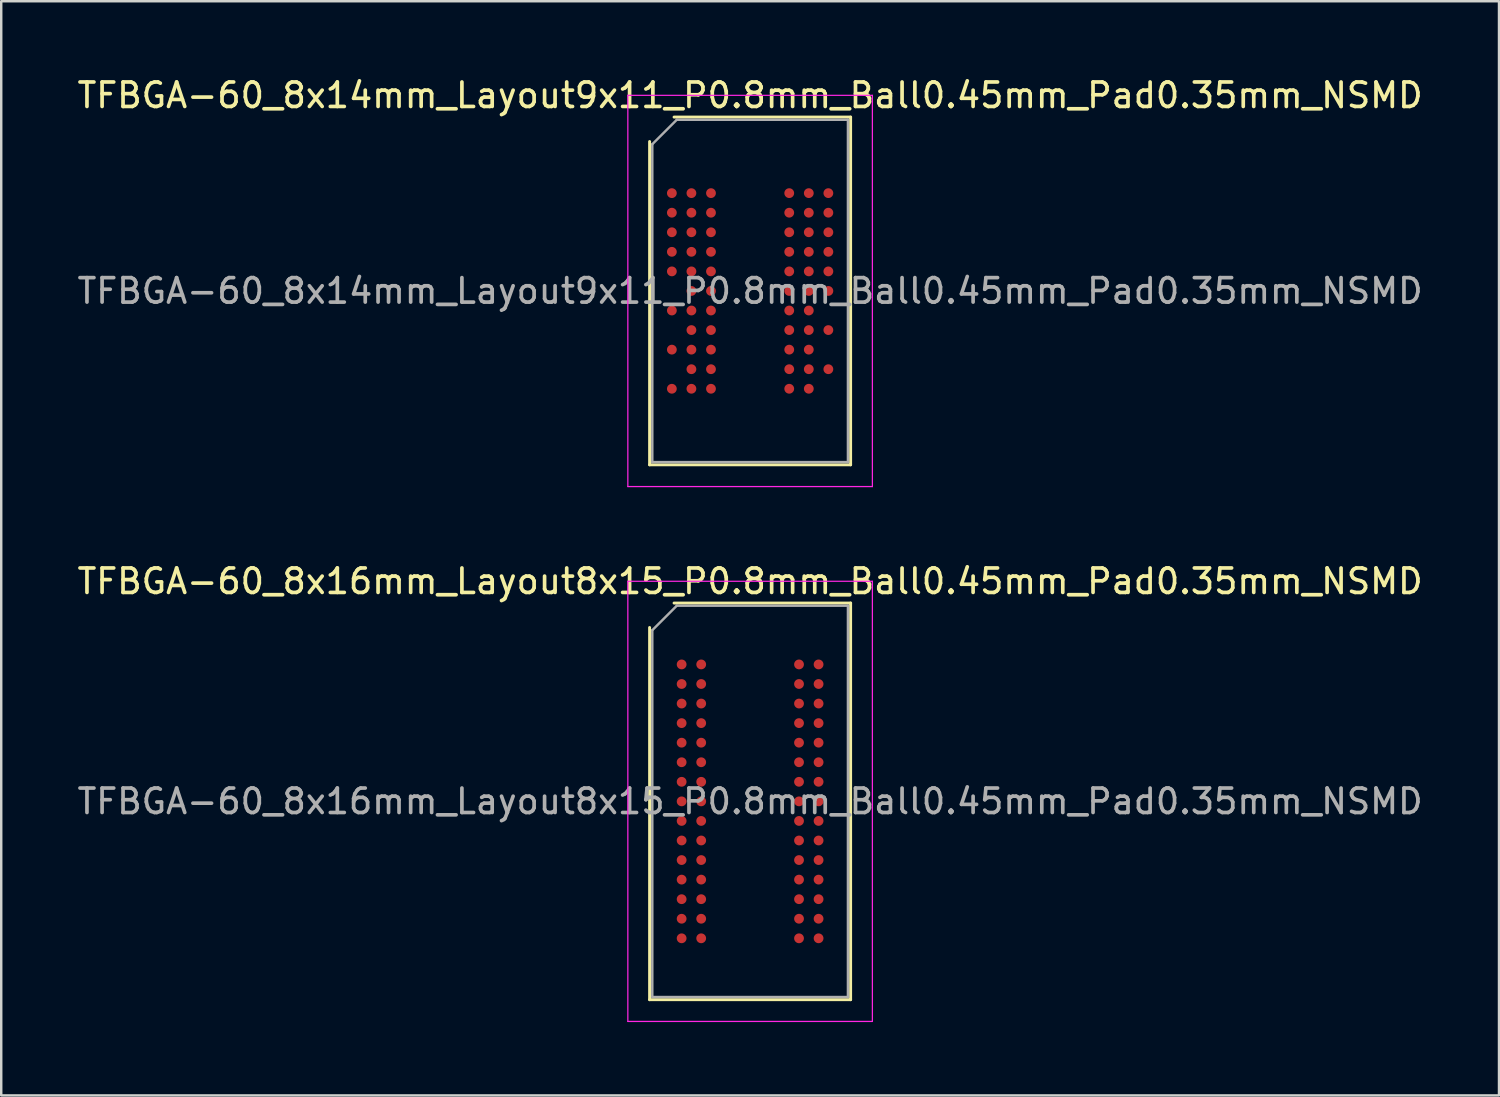
<source format=kicad_pcb>
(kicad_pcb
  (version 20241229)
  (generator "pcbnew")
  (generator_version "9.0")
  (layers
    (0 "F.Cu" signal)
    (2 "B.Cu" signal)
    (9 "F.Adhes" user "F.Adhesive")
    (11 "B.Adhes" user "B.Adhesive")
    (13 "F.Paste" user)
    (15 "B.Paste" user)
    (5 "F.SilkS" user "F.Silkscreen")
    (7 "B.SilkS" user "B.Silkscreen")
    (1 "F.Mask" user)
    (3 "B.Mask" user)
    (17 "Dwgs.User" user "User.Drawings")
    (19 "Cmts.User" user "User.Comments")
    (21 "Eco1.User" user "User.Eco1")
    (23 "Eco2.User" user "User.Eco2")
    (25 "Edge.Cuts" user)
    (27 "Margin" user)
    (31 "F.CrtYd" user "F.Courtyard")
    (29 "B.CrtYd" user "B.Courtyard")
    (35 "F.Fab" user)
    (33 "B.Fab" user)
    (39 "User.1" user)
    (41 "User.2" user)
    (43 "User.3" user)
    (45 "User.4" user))
  (footprint "TFBGA-60_8x14mm_Layout9x11_P0.8mm_Ball0.45mm_Pad0.35mm_NSMD"
    (layer "F.Cu")
    (at 27.625 8.848)
    (property "Reference" "TFBGA-60_8x14mm_Layout9x11_P0.8mm_Ball0.45mm_Pad0.35mm_NSMD" (at 0 -8 0) (layer "F.SilkS") (effects (font (size 1 1) (thickness 0.15))))
    (attr smd)
    (fp_line (start -4.11 7.11) (end -4.11 -6.11) (stroke (width 0.12) (type solid)) (layer "F.SilkS"))
    (fp_line (start -3.11 -7.11) (end 4.11 -7.11) (stroke (width 0.12) (type solid)) (layer "F.SilkS"))
    (fp_line (start 4.11 -7.11) (end 4.11 7.11) (stroke (width 0.12) (type solid)) (layer "F.SilkS"))
    (fp_line (start 4.11 7.11) (end -4.11 7.11) (stroke (width 0.12) (type solid)) (layer "F.SilkS"))
    (fp_line (start -5 -8) (end -5 8) (stroke (width 0.05) (type solid)) (layer "F.CrtYd"))
    (fp_line (start -5 8) (end 5 8) (stroke (width 0.05) (type solid)) (layer "F.CrtYd"))
    (fp_line (start 5 -8) (end -5 -8) (stroke (width 0.05) (type solid)) (layer "F.CrtYd"))
    (fp_line (start 5 8) (end 5 -8) (stroke (width 0.05) (type solid)) (layer "F.CrtYd"))
    (fp_line (start -4 -6) (end -3 -7) (stroke (width 0.1) (type solid)) (layer "F.Fab"))
    (fp_line (start -4 7) (end -4 -6) (stroke (width 0.1) (type solid)) (layer "F.Fab"))
    (fp_line (start -3 -7) (end 4 -7) (stroke (width 0.1) (type solid)) (layer "F.Fab"))
    (fp_line (start 4 -7) (end 4 7) (stroke (width 0.1) (type solid)) (layer "F.Fab"))
    (fp_line (start 4 7) (end -4 7) (stroke (width 0.1) (type solid)) (layer "F.Fab"))
    (fp_text user "${REFERENCE}" (at 0 0 0) (layer "F.Fab") (effects (font (size 1 1) (thickness 0.15))))
    (pad "A1" smd circle (at -3.2 -4) (size 0.4 0.4) (layers "F.Cu" "F.Mask" "F.Paste"))
    (pad "A2" smd circle (at -2.4 -4) (size 0.4 0.4) (layers "F.Cu" "F.Mask" "F.Paste"))
    (pad "A3" smd circle (at -1.6 -4) (size 0.4 0.4) (layers "F.Cu" "F.Mask" "F.Paste"))
    (pad "A7" smd circle (at 1.6 -4) (size 0.4 0.4) (layers "F.Cu" "F.Mask" "F.Paste"))
    (pad "A8" smd circle (at 2.4 -4) (size 0.4 0.4) (layers "F.Cu" "F.Mask" "F.Paste"))
    (pad "A9" smd circle (at 3.2 -4) (size 0.4 0.4) (layers "F.Cu" "F.Mask" "F.Paste"))
    (pad "B1" smd circle (at -3.2 -3.2) (size 0.4 0.4) (layers "F.Cu" "F.Mask" "F.Paste"))
    (pad "B2" smd circle (at -2.4 -3.2) (size 0.4 0.4) (layers "F.Cu" "F.Mask" "F.Paste"))
    (pad "B3" smd circle (at -1.6 -3.2) (size 0.4 0.4) (layers "F.Cu" "F.Mask" "F.Paste"))
    (pad "B7" smd circle (at 1.6 -3.2) (size 0.4 0.4) (layers "F.Cu" "F.Mask" "F.Paste"))
    (pad "B8" smd circle (at 2.4 -3.2) (size 0.4 0.4) (layers "F.Cu" "F.Mask" "F.Paste"))
    (pad "B9" smd circle (at 3.2 -3.2) (size 0.4 0.4) (layers "F.Cu" "F.Mask" "F.Paste"))
    (pad "C1" smd circle (at -3.2 -2.4) (size 0.4 0.4) (layers "F.Cu" "F.Mask" "F.Paste"))
    (pad "C2" smd circle (at -2.4 -2.4) (size 0.4 0.4) (layers "F.Cu" "F.Mask" "F.Paste"))
    (pad "C3" smd circle (at -1.6 -2.4) (size 0.4 0.4) (layers "F.Cu" "F.Mask" "F.Paste"))
    (pad "C7" smd circle (at 1.6 -2.4) (size 0.4 0.4) (layers "F.Cu" "F.Mask" "F.Paste"))
    (pad "C8" smd circle (at 2.4 -2.4) (size 0.4 0.4) (layers "F.Cu" "F.Mask" "F.Paste"))
    (pad "C9" smd circle (at 3.2 -2.4) (size 0.4 0.4) (layers "F.Cu" "F.Mask" "F.Paste"))
    (pad "D1" smd circle (at -3.2 -1.6) (size 0.4 0.4) (layers "F.Cu" "F.Mask" "F.Paste"))
    (pad "D2" smd circle (at -2.4 -1.6) (size 0.4 0.4) (layers "F.Cu" "F.Mask" "F.Paste"))
    (pad "D3" smd circle (at -1.6 -1.6) (size 0.4 0.4) (layers "F.Cu" "F.Mask" "F.Paste"))
    (pad "D7" smd circle (at 1.6 -1.6) (size 0.4 0.4) (layers "F.Cu" "F.Mask" "F.Paste"))
    (pad "D8" smd circle (at 2.4 -1.6) (size 0.4 0.4) (layers "F.Cu" "F.Mask" "F.Paste"))
    (pad "D9" smd circle (at 3.2 -1.6) (size 0.4 0.4) (layers "F.Cu" "F.Mask" "F.Paste"))
    (pad "E1" smd circle (at -3.2 -0.8) (size 0.4 0.4) (layers "F.Cu" "F.Mask" "F.Paste"))
    (pad "E2" smd circle (at -2.4 -0.8) (size 0.4 0.4) (layers "F.Cu" "F.Mask" "F.Paste"))
    (pad "E3" smd circle (at -1.6 -0.8) (size 0.4 0.4) (layers "F.Cu" "F.Mask" "F.Paste"))
    (pad "E7" smd circle (at 1.6 -0.8) (size 0.4 0.4) (layers "F.Cu" "F.Mask" "F.Paste"))
    (pad "E8" smd circle (at 2.4 -0.8) (size 0.4 0.4) (layers "F.Cu" "F.Mask" "F.Paste"))
    (pad "E9" smd circle (at 3.2 -0.8) (size 0.4 0.4) (layers "F.Cu" "F.Mask" "F.Paste"))
    (pad "F2" smd circle (at -2.4 0) (size 0.4 0.4) (layers "F.Cu" "F.Mask" "F.Paste"))
    (pad "F3" smd circle (at -1.6 0) (size 0.4 0.4) (layers "F.Cu" "F.Mask" "F.Paste"))
    (pad "F7" smd circle (at 1.6 0) (size 0.4 0.4) (layers "F.Cu" "F.Mask" "F.Paste"))
    (pad "F8" smd circle (at 2.4 0) (size 0.4 0.4) (layers "F.Cu" "F.Mask" "F.Paste"))
    (pad "F9" smd circle (at 3.2 0) (size 0.4 0.4) (layers "F.Cu" "F.Mask" "F.Paste"))
    (pad "G1" smd circle (at -3.2 0.8) (size 0.4 0.4) (layers "F.Cu" "F.Mask" "F.Paste"))
    (pad "G2" smd circle (at -2.4 0.8) (size 0.4 0.4) (layers "F.Cu" "F.Mask" "F.Paste"))
    (pad "G3" smd circle (at -1.6 0.8) (size 0.4 0.4) (layers "F.Cu" "F.Mask" "F.Paste"))
    (pad "G7" smd circle (at 1.6 0.8) (size 0.4 0.4) (layers "F.Cu" "F.Mask" "F.Paste"))
    (pad "G8" smd circle (at 2.4 0.8) (size 0.4 0.4) (layers "F.Cu" "F.Mask" "F.Paste"))
    (pad "H2" smd circle (at -2.4 1.6) (size 0.4 0.4) (layers "F.Cu" "F.Mask" "F.Paste"))
    (pad "H3" smd circle (at -1.6 1.6) (size 0.4 0.4) (layers "F.Cu" "F.Mask" "F.Paste"))
    (pad "H7" smd circle (at 1.6 1.6) (size 0.4 0.4) (layers "F.Cu" "F.Mask" "F.Paste"))
    (pad "H8" smd circle (at 2.4 1.6) (size 0.4 0.4) (layers "F.Cu" "F.Mask" "F.Paste"))
    (pad "H9" smd circle (at 3.2 1.6) (size 0.4 0.4) (layers "F.Cu" "F.Mask" "F.Paste"))
    (pad "J1" smd circle (at -3.2 2.4) (size 0.4 0.4) (layers "F.Cu" "F.Mask" "F.Paste"))
    (pad "J2" smd circle (at -2.4 2.4) (size 0.4 0.4) (layers "F.Cu" "F.Mask" "F.Paste"))
    (pad "J3" smd circle (at -1.6 2.4) (size 0.4 0.4) (layers "F.Cu" "F.Mask" "F.Paste"))
    (pad "J7" smd circle (at 1.6 2.4) (size 0.4 0.4) (layers "F.Cu" "F.Mask" "F.Paste"))
    (pad "J8" smd circle (at 2.4 2.4) (size 0.4 0.4) (layers "F.Cu" "F.Mask" "F.Paste"))
    (pad "K2" smd circle (at -2.4 3.2) (size 0.4 0.4) (layers "F.Cu" "F.Mask" "F.Paste"))
    (pad "K3" smd circle (at -1.6 3.2) (size 0.4 0.4) (layers "F.Cu" "F.Mask" "F.Paste"))
    (pad "K7" smd circle (at 1.6 3.2) (size 0.4 0.4) (layers "F.Cu" "F.Mask" "F.Paste"))
    (pad "K8" smd circle (at 2.4 3.2) (size 0.4 0.4) (layers "F.Cu" "F.Mask" "F.Paste"))
    (pad "K9" smd circle (at 3.2 3.2) (size 0.4 0.4) (layers "F.Cu" "F.Mask" "F.Paste"))
    (pad "L1" smd circle (at -3.2 4) (size 0.4 0.4) (layers "F.Cu" "F.Mask" "F.Paste"))
    (pad "L2" smd circle (at -2.4 4) (size 0.4 0.4) (layers "F.Cu" "F.Mask" "F.Paste"))
    (pad "L3" smd circle (at -1.6 4) (size 0.4 0.4) (layers "F.Cu" "F.Mask" "F.Paste"))
    (pad "L7" smd circle (at 1.6 4) (size 0.4 0.4) (layers "F.Cu" "F.Mask" "F.Paste"))
    (pad "L8" smd circle (at 2.4 4) (size 0.4 0.4) (layers "F.Cu" "F.Mask" "F.Paste")))
  (footprint "TFBGA-60_8x16mm_Layout8x15_P0.8mm_Ball0.45mm_Pad0.35mm_NSMD"
    (layer "F.Cu")
    (at 27.625 29.721)
    (property "Reference" "TFBGA-60_8x16mm_Layout8x15_P0.8mm_Ball0.45mm_Pad0.35mm_NSMD" (at 0 -9 0) (layer "F.SilkS") (effects (font (size 1 1) (thickness 0.15))))
    (attr smd)
    (fp_line (start -4.11 8.11) (end -4.11 -7.11) (stroke (width 0.12) (type solid)) (layer "F.SilkS"))
    (fp_line (start -3.11 -8.11) (end 4.11 -8.11) (stroke (width 0.12) (type solid)) (layer "F.SilkS"))
    (fp_line (start 4.11 -8.11) (end 4.11 8.11) (stroke (width 0.12) (type solid)) (layer "F.SilkS"))
    (fp_line (start 4.11 8.11) (end -4.11 8.11) (stroke (width 0.12) (type solid)) (layer "F.SilkS"))
    (fp_line (start -5 -9) (end -5 9) (stroke (width 0.05) (type solid)) (layer "F.CrtYd"))
    (fp_line (start -5 9) (end 5 9) (stroke (width 0.05) (type solid)) (layer "F.CrtYd"))
    (fp_line (start 5 -9) (end -5 -9) (stroke (width 0.05) (type solid)) (layer "F.CrtYd"))
    (fp_line (start 5 9) (end 5 -9) (stroke (width 0.05) (type solid)) (layer "F.CrtYd"))
    (fp_line (start -4 -7) (end -3 -8) (stroke (width 0.1) (type solid)) (layer "F.Fab"))
    (fp_line (start -4 8) (end -4 -7) (stroke (width 0.1) (type solid)) (layer "F.Fab"))
    (fp_line (start -3 -8) (end 4 -8) (stroke (width 0.1) (type solid)) (layer "F.Fab"))
    (fp_line (start 4 -8) (end 4 8) (stroke (width 0.1) (type solid)) (layer "F.Fab"))
    (fp_line (start 4 8) (end -4 8) (stroke (width 0.1) (type solid)) (layer "F.Fab"))
    (fp_text user "${REFERENCE}" (at 0 0 0) (layer "F.Fab") (effects (font (size 1 1) (thickness 0.15))))
    (pad "A1" smd circle (at -2.8 -5.6) (size 0.4 0.4) (layers "F.Cu" "F.Mask" "F.Paste"))
    (pad "A2" smd circle (at -2 -5.6) (size 0.4 0.4) (layers "F.Cu" "F.Mask" "F.Paste"))
    (pad "A7" smd circle (at 2 -5.6) (size 0.4 0.4) (layers "F.Cu" "F.Mask" "F.Paste"))
    (pad "A8" smd circle (at 2.8 -5.6) (size 0.4 0.4) (layers "F.Cu" "F.Mask" "F.Paste"))
    (pad "B1" smd circle (at -2.8 -4.8) (size 0.4 0.4) (layers "F.Cu" "F.Mask" "F.Paste"))
    (pad "B2" smd circle (at -2 -4.8) (size 0.4 0.4) (layers "F.Cu" "F.Mask" "F.Paste"))
    (pad "B7" smd circle (at 2 -4.8) (size 0.4 0.4) (layers "F.Cu" "F.Mask" "F.Paste"))
    (pad "B8" smd circle (at 2.8 -4.8) (size 0.4 0.4) (layers "F.Cu" "F.Mask" "F.Paste"))
    (pad "C1" smd circle (at -2.8 -4) (size 0.4 0.4) (layers "F.Cu" "F.Mask" "F.Paste"))
    (pad "C2" smd circle (at -2 -4) (size 0.4 0.4) (layers "F.Cu" "F.Mask" "F.Paste"))
    (pad "C7" smd circle (at 2 -4) (size 0.4 0.4) (layers "F.Cu" "F.Mask" "F.Paste"))
    (pad "C8" smd circle (at 2.8 -4) (size 0.4 0.4) (layers "F.Cu" "F.Mask" "F.Paste"))
    (pad "D1" smd circle (at -2.8 -3.2) (size 0.4 0.4) (layers "F.Cu" "F.Mask" "F.Paste"))
    (pad "D2" smd circle (at -2 -3.2) (size 0.4 0.4) (layers "F.Cu" "F.Mask" "F.Paste"))
    (pad "D7" smd circle (at 2 -3.2) (size 0.4 0.4) (layers "F.Cu" "F.Mask" "F.Paste"))
    (pad "D8" smd circle (at 2.8 -3.2) (size 0.4 0.4) (layers "F.Cu" "F.Mask" "F.Paste"))
    (pad "E1" smd circle (at -2.8 -2.4) (size 0.4 0.4) (layers "F.Cu" "F.Mask" "F.Paste"))
    (pad "E2" smd circle (at -2 -2.4) (size 0.4 0.4) (layers "F.Cu" "F.Mask" "F.Paste"))
    (pad "E7" smd circle (at 2 -2.4) (size 0.4 0.4) (layers "F.Cu" "F.Mask" "F.Paste"))
    (pad "E8" smd circle (at 2.8 -2.4) (size 0.4 0.4) (layers "F.Cu" "F.Mask" "F.Paste"))
    (pad "F1" smd circle (at -2.8 -1.6) (size 0.4 0.4) (layers "F.Cu" "F.Mask" "F.Paste"))
    (pad "F2" smd circle (at -2 -1.6) (size 0.4 0.4) (layers "F.Cu" "F.Mask" "F.Paste"))
    (pad "F7" smd circle (at 2 -1.6) (size 0.4 0.4) (layers "F.Cu" "F.Mask" "F.Paste"))
    (pad "F8" smd circle (at 2.8 -1.6) (size 0.4 0.4) (layers "F.Cu" "F.Mask" "F.Paste"))
    (pad "G1" smd circle (at -2.8 -0.8) (size 0.4 0.4) (layers "F.Cu" "F.Mask" "F.Paste"))
    (pad "G2" smd circle (at -2 -0.8) (size 0.4 0.4) (layers "F.Cu" "F.Mask" "F.Paste"))
    (pad "G7" smd circle (at 2 -0.8) (size 0.4 0.4) (layers "F.Cu" "F.Mask" "F.Paste"))
    (pad "G8" smd circle (at 2.8 -0.8) (size 0.4 0.4) (layers "F.Cu" "F.Mask" "F.Paste"))
    (pad "H1" smd circle (at -2.8 0) (size 0.4 0.4) (layers "F.Cu" "F.Mask" "F.Paste"))
    (pad "H2" smd circle (at -2 0) (size 0.4 0.4) (layers "F.Cu" "F.Mask" "F.Paste"))
    (pad "H7" smd circle (at 2 0) (size 0.4 0.4) (layers "F.Cu" "F.Mask" "F.Paste"))
    (pad "H8" smd circle (at 2.8 0) (size 0.4 0.4) (layers "F.Cu" "F.Mask" "F.Paste"))
    (pad "J1" smd circle (at -2.8 0.8) (size 0.4 0.4) (layers "F.Cu" "F.Mask" "F.Paste"))
    (pad "J2" smd circle (at -2 0.8) (size 0.4 0.4) (layers "F.Cu" "F.Mask" "F.Paste"))
    (pad "J7" smd circle (at 2 0.8) (size 0.4 0.4) (layers "F.Cu" "F.Mask" "F.Paste"))
    (pad "J8" smd circle (at 2.8 0.8) (size 0.4 0.4) (layers "F.Cu" "F.Mask" "F.Paste"))
    (pad "K1" smd circle (at -2.8 1.6) (size 0.4 0.4) (layers "F.Cu" "F.Mask" "F.Paste"))
    (pad "K2" smd circle (at -2 1.6) (size 0.4 0.4) (layers "F.Cu" "F.Mask" "F.Paste"))
    (pad "K7" smd circle (at 2 1.6) (size 0.4 0.4) (layers "F.Cu" "F.Mask" "F.Paste"))
    (pad "K8" smd circle (at 2.8 1.6) (size 0.4 0.4) (layers "F.Cu" "F.Mask" "F.Paste"))
    (pad "L1" smd circle (at -2.8 2.4) (size 0.4 0.4) (layers "F.Cu" "F.Mask" "F.Paste"))
    (pad "L2" smd circle (at -2 2.4) (size 0.4 0.4) (layers "F.Cu" "F.Mask" "F.Paste"))
    (pad "L7" smd circle (at 2 2.4) (size 0.4 0.4) (layers "F.Cu" "F.Mask" "F.Paste"))
    (pad "L8" smd circle (at 2.8 2.4) (size 0.4 0.4) (layers "F.Cu" "F.Mask" "F.Paste"))
    (pad "M1" smd circle (at -2.8 3.2) (size 0.4 0.4) (layers "F.Cu" "F.Mask" "F.Paste"))
    (pad "M2" smd circle (at -2 3.2) (size 0.4 0.4) (layers "F.Cu" "F.Mask" "F.Paste"))
    (pad "M7" smd circle (at 2 3.2) (size 0.4 0.4) (layers "F.Cu" "F.Mask" "F.Paste"))
    (pad "M8" smd circle (at 2.8 3.2) (size 0.4 0.4) (layers "F.Cu" "F.Mask" "F.Paste"))
    (pad "N1" smd circle (at -2.8 4) (size 0.4 0.4) (layers "F.Cu" "F.Mask" "F.Paste"))
    (pad "N2" smd circle (at -2 4) (size 0.4 0.4) (layers "F.Cu" "F.Mask" "F.Paste"))
    (pad "N7" smd circle (at 2 4) (size 0.4 0.4) (layers "F.Cu" "F.Mask" "F.Paste"))
    (pad "N8" smd circle (at 2.8 4) (size 0.4 0.4) (layers "F.Cu" "F.Mask" "F.Paste"))
    (pad "P1" smd circle (at -2.8 4.8) (size 0.4 0.4) (layers "F.Cu" "F.Mask" "F.Paste"))
    (pad "P2" smd circle (at -2 4.8) (size 0.4 0.4) (layers "F.Cu" "F.Mask" "F.Paste"))
    (pad "P7" smd circle (at 2 4.8) (size 0.4 0.4) (layers "F.Cu" "F.Mask" "F.Paste"))
    (pad "P8" smd circle (at 2.8 4.8) (size 0.4 0.4) (layers "F.Cu" "F.Mask" "F.Paste"))
    (pad "R1" smd circle (at -2.8 5.6) (size 0.4 0.4) (layers "F.Cu" "F.Mask" "F.Paste"))
    (pad "R2" smd circle (at -2 5.6) (size 0.4 0.4) (layers "F.Cu" "F.Mask" "F.Paste"))
    (pad "R7" smd circle (at 2 5.6) (size 0.4 0.4) (layers "F.Cu" "F.Mask" "F.Paste"))
    (pad "R8" smd circle (at 2.8 5.6) (size 0.4 0.4) (layers "F.Cu" "F.Mask" "F.Paste")))
  (gr_rect
    (start -3 -3)
    (end 58.25 41.746)
    (stroke (width 0.1) (type default))
    (fill no)
    (layer "Edge.Cuts")))
</source>
